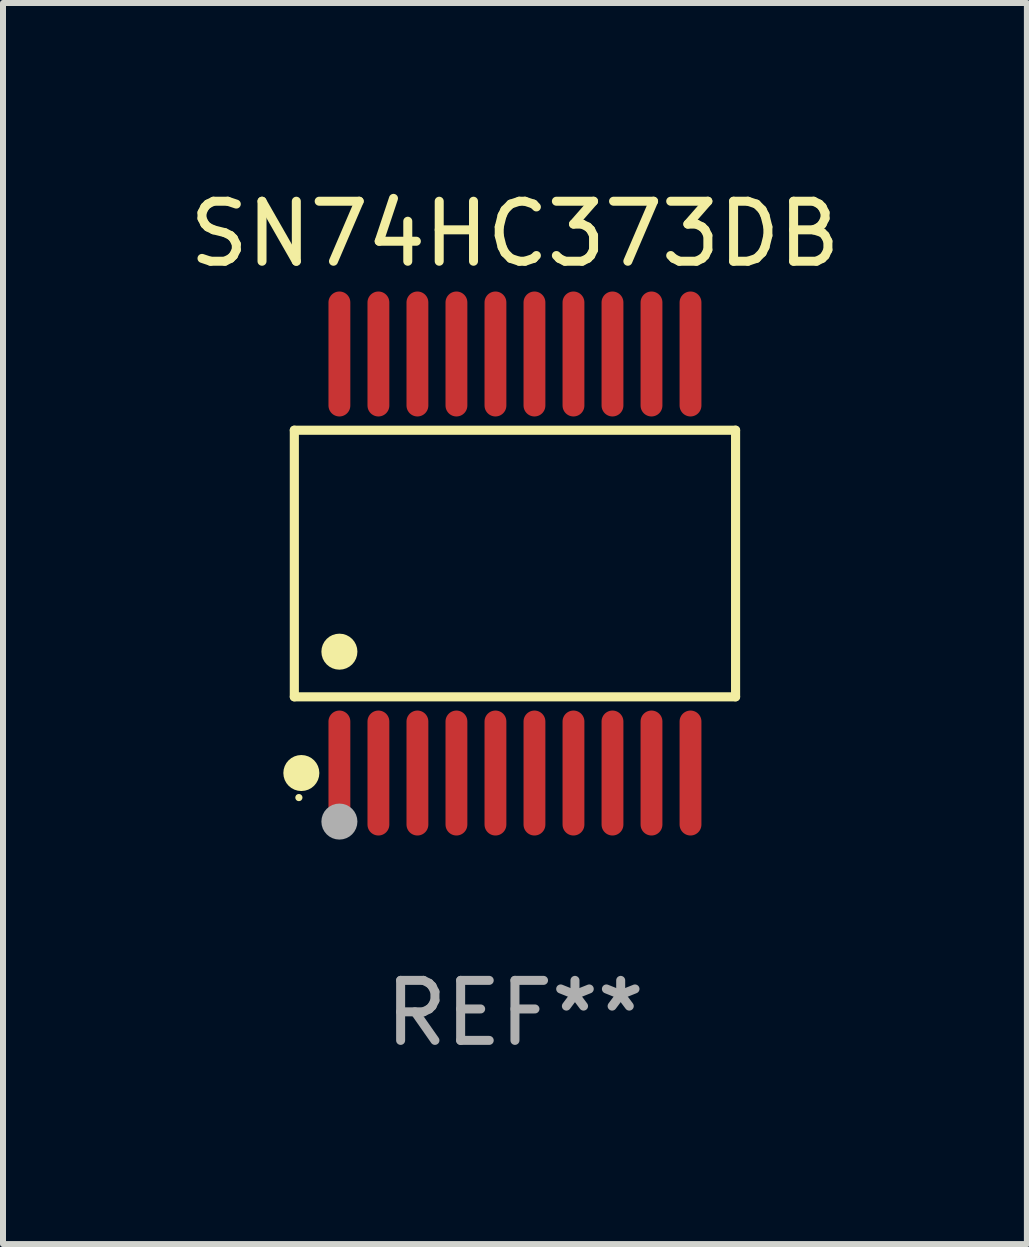
<source format=kicad_pcb>
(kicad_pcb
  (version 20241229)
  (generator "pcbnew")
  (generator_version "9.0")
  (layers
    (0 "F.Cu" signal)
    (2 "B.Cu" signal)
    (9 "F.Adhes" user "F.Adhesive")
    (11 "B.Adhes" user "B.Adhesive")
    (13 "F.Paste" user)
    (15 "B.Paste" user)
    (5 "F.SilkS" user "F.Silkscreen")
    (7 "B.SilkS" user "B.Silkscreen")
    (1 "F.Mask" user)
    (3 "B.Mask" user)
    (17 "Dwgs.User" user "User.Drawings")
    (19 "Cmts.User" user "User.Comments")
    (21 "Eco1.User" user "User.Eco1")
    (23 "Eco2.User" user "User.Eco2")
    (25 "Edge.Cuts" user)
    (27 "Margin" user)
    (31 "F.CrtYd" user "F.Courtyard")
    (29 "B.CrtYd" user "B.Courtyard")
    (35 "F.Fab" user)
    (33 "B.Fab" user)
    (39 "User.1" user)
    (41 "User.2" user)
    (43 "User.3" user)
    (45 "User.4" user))
  (footprint "SN74HC373DB"
    (layer "F.Cu")
    (at 5.53 6.339)
    (property "Reference" "SN74HC373DB" (at 0 -5.491 0) (layer "F.SilkS") (effects (font (size 1 1) (thickness 0.15))))
    (attr through_hole)
    (fp_line (start -3.676 -2.221) (end 3.676 -2.221) (stroke (width 0.152) (type solid)) (layer "F.SilkS"))
    (fp_line (start -3.676 2.221) (end -3.676 -2.221) (stroke (width 0.152) (type solid)) (layer "F.SilkS"))
    (fp_line (start 3.676 -2.221) (end 3.676 2.221) (stroke (width 0.152) (type solid)) (layer "F.SilkS"))
    (fp_line (start 3.676 2.221) (end -3.676 2.221) (stroke (width 0.152) (type solid)) (layer "F.SilkS"))
    (fp_circle (center -3.6 3.9) (end -3.57 3.9) (stroke (width 0.06) (type solid)) (fill no) (layer "F.SilkS"))
    (fp_circle (center -3.559 3.491) (end -3.409 3.491) (stroke (width 0.3) (type solid)) (fill no) (layer "F.SilkS"))
    (fp_circle (center -2.925 1.469) (end -2.775 1.469) (stroke (width 0.3) (type solid)) (fill no) (layer "F.SilkS"))
    (fp_circle (center -2.925 4.3) (end -2.775 4.3) (stroke (width 0.3) (type solid)) (fill no) (layer "F.Fab"))
    (fp_text user "REF**" (at 0 7.491 0) (layer "F.Fab") (effects (font (size 1 1) (thickness 0.15))))
    (pad "1" smd oval (at -2.925 3.491) (size 0.364 2.082) (layers "F.Cu" "F.Mask" "F.Paste"))
    (pad "2" smd oval (at -2.275 3.491) (size 0.364 2.082) (layers "F.Cu" "F.Mask" "F.Paste"))
    (pad "3" smd oval (at -1.625 3.491) (size 0.364 2.082) (layers "F.Cu" "F.Mask" "F.Paste"))
    (pad "4" smd oval (at -0.975 3.491) (size 0.364 2.082) (layers "F.Cu" "F.Mask" "F.Paste"))
    (pad "5" smd oval (at -0.325 3.491) (size 0.364 2.082) (layers "F.Cu" "F.Mask" "F.Paste"))
    (pad "6" smd oval (at 0.325 3.491) (size 0.364 2.082) (layers "F.Cu" "F.Mask" "F.Paste"))
    (pad "7" smd oval (at 0.975 3.491) (size 0.364 2.082) (layers "F.Cu" "F.Mask" "F.Paste"))
    (pad "8" smd oval (at 1.625 3.491) (size 0.364 2.082) (layers "F.Cu" "F.Mask" "F.Paste"))
    (pad "9" smd oval (at 2.275 3.491) (size 0.364 2.082) (layers "F.Cu" "F.Mask" "F.Paste"))
    (pad "10" smd oval (at 2.925 3.491) (size 0.364 2.082) (layers "F.Cu" "F.Mask" "F.Paste"))
    (pad "11" smd oval (at 2.925 -3.491) (size 0.364 2.082) (layers "F.Cu" "F.Mask" "F.Paste"))
    (pad "12" smd oval (at 2.275 -3.491) (size 0.364 2.082) (layers "F.Cu" "F.Mask" "F.Paste"))
    (pad "13" smd oval (at 1.625 -3.491) (size 0.364 2.082) (layers "F.Cu" "F.Mask" "F.Paste"))
    (pad "14" smd oval (at 0.975 -3.491) (size 0.364 2.082) (layers "F.Cu" "F.Mask" "F.Paste"))
    (pad "15" smd oval (at 0.325 -3.491) (size 0.364 2.082) (layers "F.Cu" "F.Mask" "F.Paste"))
    (pad "16" smd oval (at -0.325 -3.491) (size 0.364 2.082) (layers "F.Cu" "F.Mask" "F.Paste"))
    (pad "17" smd oval (at -0.975 -3.491) (size 0.364 2.082) (layers "F.Cu" "F.Mask" "F.Paste"))
    (pad "18" smd oval (at -1.625 -3.491) (size 0.364 2.082) (layers "F.Cu" "F.Mask" "F.Paste"))
    (pad "19" smd oval (at -2.275 -3.491) (size 0.364 2.082) (layers "F.Cu" "F.Mask" "F.Paste"))
    (pad "20" smd oval (at -2.925 -3.491) (size 0.364 2.082) (layers "F.Cu" "F.Mask" "F.Paste")))
  (gr_rect
    (start -3 -3)
    (end 14.06 17.678)
    (stroke (width 0.1) (type default))
    (fill no)
    (layer "Edge.Cuts")))
</source>
